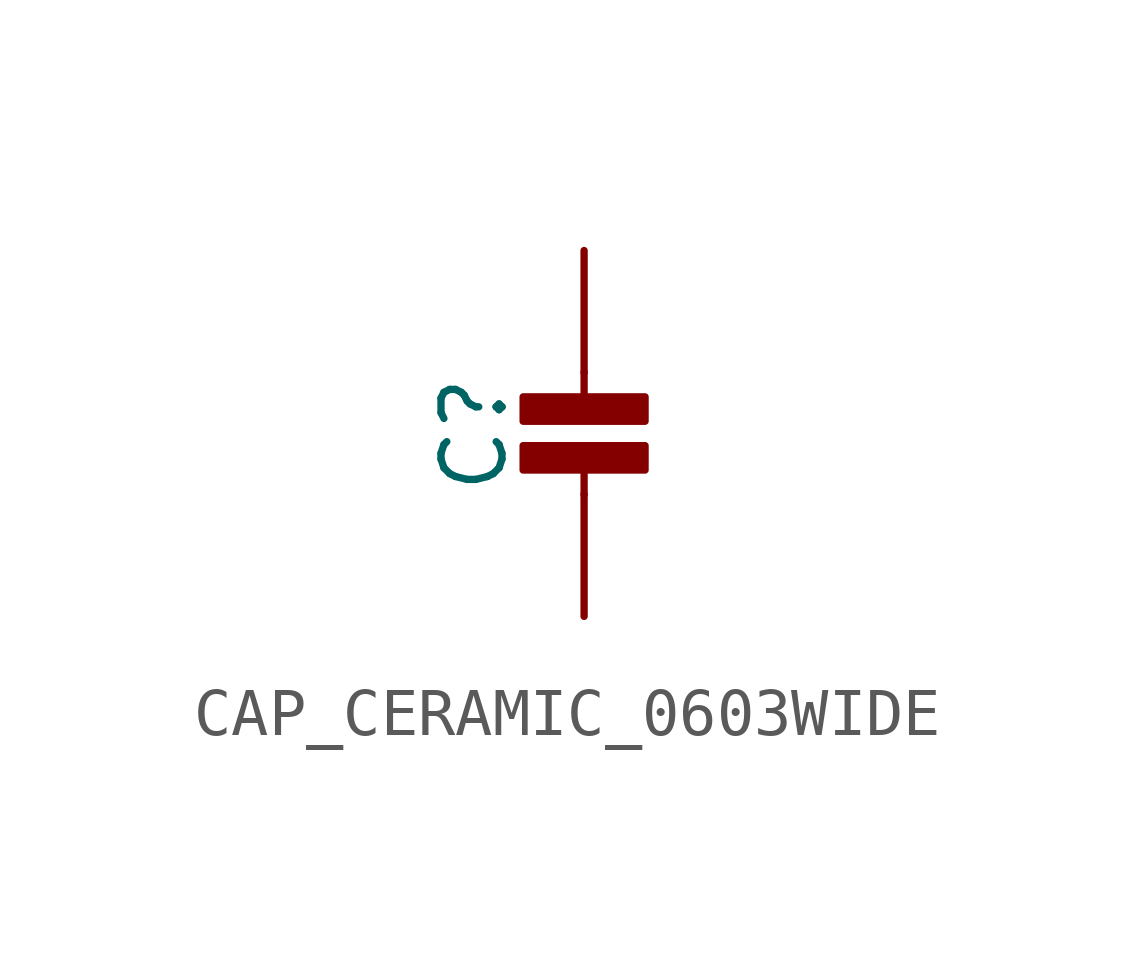
<source format=kicad_sym>
(kicad_symbol_lib
  (version 20241209)
  (generator "kicad_symbol_editor")
  (generator_version "9.0")
  (symbol "CAP_CERAMIC_0603WIDE"
    (property "Reference" "C"
      (at -2.29 1.25 90)
      (effects (font (size 1.27 1.27))))
    (property "Value" ""
      (at 2.3 1.25 90)
      (effects (font (size 1.27 1.27))))
    (property "ki_locked" ""
      (at 0 0 0)
      (effects (font (size 1.27 1.27))))
    (symbol "CAP_CERAMIC_0603WIDE_1_0"
      (rectangle (start -1.27 1.524) (end 1.27 2.032) (stroke (width 0) (type default)) (fill (type outline)))
      (rectangle (start -1.27 0.508) (end 1.27 1.016) (stroke (width 0) (type default)) (fill (type outline)))
      (polyline (pts (xy 0 2.54) (xy 0 1.778)) (stroke (width 0.152) (type solid)) (fill (type none)))
      (polyline (pts (xy 0 0.762) (xy 0 0)) (stroke (width 0.152) (type solid)) (fill (type none)))
      (pin passive line (at 0 5.08 270) (length 2.54) (name "1" (effects (font (size 0 0)))) (number "1" (effects (font (size 0 0)))))
      (pin passive line (at 0 -2.54 90) (length 2.54) (name "2" (effects (font (size 0 0)))) (number "2" (effects (font (size 0 0))))))))
</source>
